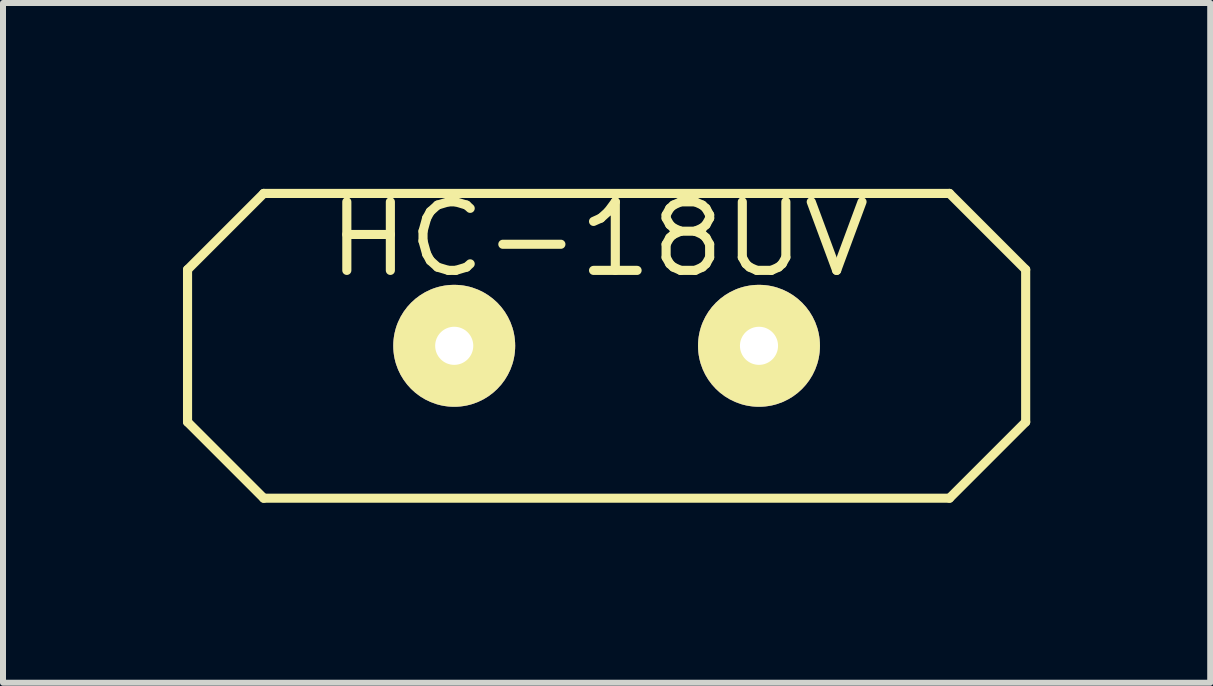
<source format=kicad_pcb>
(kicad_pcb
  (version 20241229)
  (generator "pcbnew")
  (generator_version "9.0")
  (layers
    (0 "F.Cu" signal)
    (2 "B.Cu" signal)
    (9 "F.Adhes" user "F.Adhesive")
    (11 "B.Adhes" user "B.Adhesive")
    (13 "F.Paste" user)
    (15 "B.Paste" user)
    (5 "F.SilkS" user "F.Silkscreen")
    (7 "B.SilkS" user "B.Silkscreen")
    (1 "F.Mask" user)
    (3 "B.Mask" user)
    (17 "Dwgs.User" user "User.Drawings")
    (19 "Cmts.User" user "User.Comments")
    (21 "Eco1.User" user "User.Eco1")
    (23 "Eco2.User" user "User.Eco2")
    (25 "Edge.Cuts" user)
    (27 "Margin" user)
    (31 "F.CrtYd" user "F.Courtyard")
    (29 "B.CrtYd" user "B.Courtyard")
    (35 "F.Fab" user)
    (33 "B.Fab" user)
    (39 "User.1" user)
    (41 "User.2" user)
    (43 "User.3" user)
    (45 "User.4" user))
  (footprint "HC-18UV"
    (layer "F.Cu")
    (at 7.061 2.714)
    (property "Reference" "HC-18UV" (at -0.127 -1.778 0) (layer "F.SilkS") (effects (font (size 1.143 1.27) (thickness 0.152))))
    (attr through_hole)
    (fp_line (start -6.985 -1.27) (end -6.985 1.27) (stroke (width 0.152) (type solid)) (layer "F.SilkS"))
    (fp_line (start -6.985 -1.27) (end -5.715 -2.54) (stroke (width 0.152) (type solid)) (layer "F.SilkS"))
    (fp_line (start -6.985 1.27) (end -5.715 2.54) (stroke (width 0.152) (type solid)) (layer "F.SilkS"))
    (fp_line (start -5.715 -2.54) (end 5.715 -2.54) (stroke (width 0.152) (type solid)) (layer "F.SilkS"))
    (fp_line (start -5.715 2.54) (end 5.715 2.54) (stroke (width 0.152) (type solid)) (layer "F.SilkS"))
    (fp_line (start 5.715 -2.54) (end 6.985 -1.27) (stroke (width 0.152) (type solid)) (layer "F.SilkS"))
    (fp_line (start 6.985 1.27) (end 5.715 2.54) (stroke (width 0.152) (type solid)) (layer "F.SilkS"))
    (fp_line (start 6.985 1.27) (end 6.985 -1.27) (stroke (width 0.152) (type solid)) (layer "F.SilkS"))
    (pad "1" thru_hole circle (at -2.54 0) (size 2.032 2.032) (drill 0.635) (layers "*.Cu" "*.Mask" "F.SilkS"))
    (pad "2" thru_hole circle (at 2.54 0) (size 2.032 2.032) (drill 0.635) (layers "*.Cu" "*.Mask" "F.SilkS")))
  (gr_rect
    (start -3 -3)
    (end 17.122 8.33)
    (stroke (width 0.1) (type default))
    (fill no)
    (layer "Edge.Cuts")))
</source>
